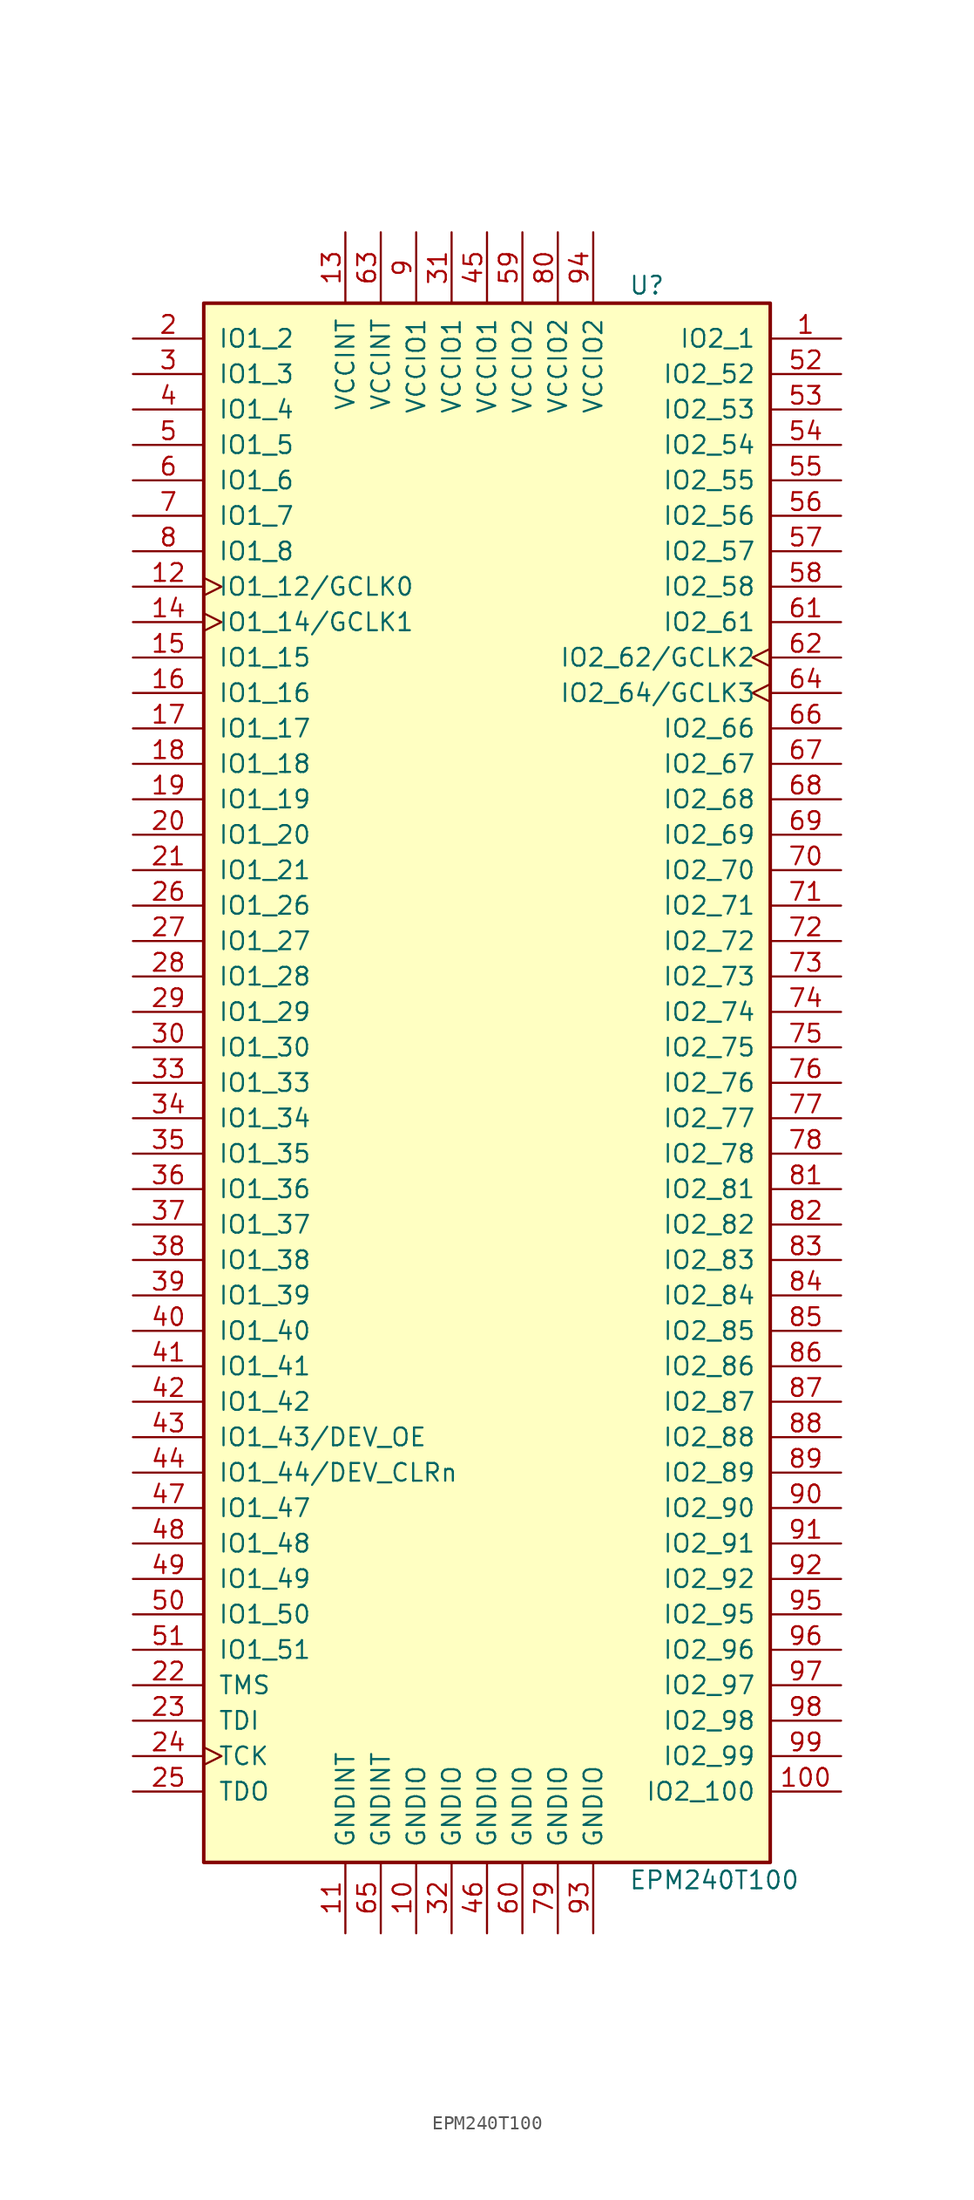
<source format=kicad_sym>
(kicad_symbol_lib
  (version 20211014)
  (generator kicad_symbol_editor)
  (symbol "EPM240T100"
    (pin_names
      (offset 1.016))
    (property "Reference" "U"
      (at 10.16 57.15 0)
      (effects (font (size 1.27 1.27)) (justify left)))
    (property "Value" "EPM240T100"
      (at 10.16 -57.15 0)
      (effects (font (size 1.27 1.27)) (justify left)))
    (property "ki_locked" ""
      (at 0 0 0)
      (effects (font (size 1.27 1.27))))
    (symbol "EPM240T100_1_1"
      (rectangle (start -20.32 55.88) (end 20.32 -55.88) (stroke (width 0.254) (type default) (color 0 0 0 0)) (fill (type background)))
      (pin bidirectional line (at 25.4 53.34 180) (length 5.08) (name "IO2_1" (effects (font (size 1.27 1.27)))) (number "1" (effects (font (size 1.27 1.27)))))
      (pin power_in line (at -5.08 -60.96 90) (length 5.08) (name "GNDIO" (effects (font (size 1.27 1.27)))) (number "10" (effects (font (size 1.27 1.27)))))
      (pin bidirectional line (at 25.4 -50.8 180) (length 5.08) (name "IO2_100" (effects (font (size 1.27 1.27)))) (number "100" (effects (font (size 1.27 1.27)))))
      (pin power_in line (at -10.16 -60.96 90) (length 5.08) (name "GNDINT" (effects (font (size 1.27 1.27)))) (number "11" (effects (font (size 1.27 1.27)))))
      (pin bidirectional clock (at -25.4 35.56 0) (length 5.08) (name "IO1_12/GCLK0" (effects (font (size 1.27 1.27)))) (number "12" (effects (font (size 1.27 1.27)))))
      (pin power_in line (at -10.16 60.96 270) (length 5.08) (name "VCCINT" (effects (font (size 1.27 1.27)))) (number "13" (effects (font (size 1.27 1.27)))))
      (pin bidirectional clock (at -25.4 33.02 0) (length 5.08) (name "IO1_14/GCLK1" (effects (font (size 1.27 1.27)))) (number "14" (effects (font (size 1.27 1.27)))))
      (pin bidirectional line (at -25.4 30.48 0) (length 5.08) (name "IO1_15" (effects (font (size 1.27 1.27)))) (number "15" (effects (font (size 1.27 1.27)))))
      (pin bidirectional line (at -25.4 27.94 0) (length 5.08) (name "IO1_16" (effects (font (size 1.27 1.27)))) (number "16" (effects (font (size 1.27 1.27)))))
      (pin bidirectional line (at -25.4 25.4 0) (length 5.08) (name "IO1_17" (effects (font (size 1.27 1.27)))) (number "17" (effects (font (size 1.27 1.27)))))
      (pin bidirectional line (at -25.4 22.86 0) (length 5.08) (name "IO1_18" (effects (font (size 1.27 1.27)))) (number "18" (effects (font (size 1.27 1.27)))))
      (pin bidirectional line (at -25.4 20.32 0) (length 5.08) (name "IO1_19" (effects (font (size 1.27 1.27)))) (number "19" (effects (font (size 1.27 1.27)))))
      (pin bidirectional line (at -25.4 53.34 0) (length 5.08) (name "IO1_2" (effects (font (size 1.27 1.27)))) (number "2" (effects (font (size 1.27 1.27)))))
      (pin bidirectional line (at -25.4 17.78 0) (length 5.08) (name "IO1_20" (effects (font (size 1.27 1.27)))) (number "20" (effects (font (size 1.27 1.27)))))
      (pin bidirectional line (at -25.4 15.24 0) (length 5.08) (name "IO1_21" (effects (font (size 1.27 1.27)))) (number "21" (effects (font (size 1.27 1.27)))))
      (pin input line (at -25.4 -43.18 0) (length 5.08) (name "TMS" (effects (font (size 1.27 1.27)))) (number "22" (effects (font (size 1.27 1.27)))))
      (pin input line (at -25.4 -45.72 0) (length 5.08) (name "TDI" (effects (font (size 1.27 1.27)))) (number "23" (effects (font (size 1.27 1.27)))))
      (pin input clock (at -25.4 -48.26 0) (length 5.08) (name "TCK" (effects (font (size 1.27 1.27)))) (number "24" (effects (font (size 1.27 1.27)))))
      (pin output line (at -25.4 -50.8 0) (length 5.08) (name "TDO" (effects (font (size 1.27 1.27)))) (number "25" (effects (font (size 1.27 1.27)))))
      (pin bidirectional line (at -25.4 12.7 0) (length 5.08) (name "IO1_26" (effects (font (size 1.27 1.27)))) (number "26" (effects (font (size 1.27 1.27)))))
      (pin bidirectional line (at -25.4 10.16 0) (length 5.08) (name "IO1_27" (effects (font (size 1.27 1.27)))) (number "27" (effects (font (size 1.27 1.27)))))
      (pin bidirectional line (at -25.4 7.62 0) (length 5.08) (name "IO1_28" (effects (font (size 1.27 1.27)))) (number "28" (effects (font (size 1.27 1.27)))))
      (pin bidirectional line (at -25.4 5.08 0) (length 5.08) (name "IO1_29" (effects (font (size 1.27 1.27)))) (number "29" (effects (font (size 1.27 1.27)))))
      (pin bidirectional line (at -25.4 50.8 0) (length 5.08) (name "IO1_3" (effects (font (size 1.27 1.27)))) (number "3" (effects (font (size 1.27 1.27)))))
      (pin bidirectional line (at -25.4 2.54 0) (length 5.08) (name "IO1_30" (effects (font (size 1.27 1.27)))) (number "30" (effects (font (size 1.27 1.27)))))
      (pin power_in line (at -2.54 60.96 270) (length 5.08) (name "VCCIO1" (effects (font (size 1.27 1.27)))) (number "31" (effects (font (size 1.27 1.27)))))
      (pin power_in line (at -2.54 -60.96 90) (length 5.08) (name "GNDIO" (effects (font (size 1.27 1.27)))) (number "32" (effects (font (size 1.27 1.27)))))
      (pin bidirectional line (at -25.4 0 0) (length 5.08) (name "IO1_33" (effects (font (size 1.27 1.27)))) (number "33" (effects (font (size 1.27 1.27)))))
      (pin bidirectional line (at -25.4 -2.54 0) (length 5.08) (name "IO1_34" (effects (font (size 1.27 1.27)))) (number "34" (effects (font (size 1.27 1.27)))))
      (pin bidirectional line (at -25.4 -5.08 0) (length 5.08) (name "IO1_35" (effects (font (size 1.27 1.27)))) (number "35" (effects (font (size 1.27 1.27)))))
      (pin bidirectional line (at -25.4 -7.62 0) (length 5.08) (name "IO1_36" (effects (font (size 1.27 1.27)))) (number "36" (effects (font (size 1.27 1.27)))))
      (pin bidirectional line (at -25.4 -10.16 0) (length 5.08) (name "IO1_37" (effects (font (size 1.27 1.27)))) (number "37" (effects (font (size 1.27 1.27)))))
      (pin bidirectional line (at -25.4 -12.7 0) (length 5.08) (name "IO1_38" (effects (font (size 1.27 1.27)))) (number "38" (effects (font (size 1.27 1.27)))))
      (pin bidirectional line (at -25.4 -15.24 0) (length 5.08) (name "IO1_39" (effects (font (size 1.27 1.27)))) (number "39" (effects (font (size 1.27 1.27)))))
      (pin bidirectional line (at -25.4 48.26 0) (length 5.08) (name "IO1_4" (effects (font (size 1.27 1.27)))) (number "4" (effects (font (size 1.27 1.27)))))
      (pin bidirectional line (at -25.4 -17.78 0) (length 5.08) (name "IO1_40" (effects (font (size 1.27 1.27)))) (number "40" (effects (font (size 1.27 1.27)))))
      (pin bidirectional line (at -25.4 -20.32 0) (length 5.08) (name "IO1_41" (effects (font (size 1.27 1.27)))) (number "41" (effects (font (size 1.27 1.27)))))
      (pin bidirectional line (at -25.4 -22.86 0) (length 5.08) (name "IO1_42" (effects (font (size 1.27 1.27)))) (number "42" (effects (font (size 1.27 1.27)))))
      (pin bidirectional line (at -25.4 -25.4 0) (length 5.08) (name "IO1_43/DEV_OE" (effects (font (size 1.27 1.27)))) (number "43" (effects (font (size 1.27 1.27)))))
      (pin bidirectional line (at -25.4 -27.94 0) (length 5.08) (name "IO1_44/DEV_CLRn" (effects (font (size 1.27 1.27)))) (number "44" (effects (font (size 1.27 1.27)))))
      (pin power_in line (at 0 60.96 270) (length 5.08) (name "VCCIO1" (effects (font (size 1.27 1.27)))) (number "45" (effects (font (size 1.27 1.27)))))
      (pin power_in line (at 0 -60.96 90) (length 5.08) (name "GNDIO" (effects (font (size 1.27 1.27)))) (number "46" (effects (font (size 1.27 1.27)))))
      (pin bidirectional line (at -25.4 -30.48 0) (length 5.08) (name "IO1_47" (effects (font (size 1.27 1.27)))) (number "47" (effects (font (size 1.27 1.27)))))
      (pin bidirectional line (at -25.4 -33.02 0) (length 5.08) (name "IO1_48" (effects (font (size 1.27 1.27)))) (number "48" (effects (font (size 1.27 1.27)))))
      (pin bidirectional line (at -25.4 -35.56 0) (length 5.08) (name "IO1_49" (effects (font (size 1.27 1.27)))) (number "49" (effects (font (size 1.27 1.27)))))
      (pin bidirectional line (at -25.4 45.72 0) (length 5.08) (name "IO1_5" (effects (font (size 1.27 1.27)))) (number "5" (effects (font (size 1.27 1.27)))))
      (pin bidirectional line (at -25.4 -38.1 0) (length 5.08) (name "IO1_50" (effects (font (size 1.27 1.27)))) (number "50" (effects (font (size 1.27 1.27)))))
      (pin bidirectional line (at -25.4 -40.64 0) (length 5.08) (name "IO1_51" (effects (font (size 1.27 1.27)))) (number "51" (effects (font (size 1.27 1.27)))))
      (pin bidirectional line (at 25.4 50.8 180) (length 5.08) (name "IO2_52" (effects (font (size 1.27 1.27)))) (number "52" (effects (font (size 1.27 1.27)))))
      (pin bidirectional line (at 25.4 48.26 180) (length 5.08) (name "IO2_53" (effects (font (size 1.27 1.27)))) (number "53" (effects (font (size 1.27 1.27)))))
      (pin bidirectional line (at 25.4 45.72 180) (length 5.08) (name "IO2_54" (effects (font (size 1.27 1.27)))) (number "54" (effects (font (size 1.27 1.27)))))
      (pin bidirectional line (at 25.4 43.18 180) (length 5.08) (name "IO2_55" (effects (font (size 1.27 1.27)))) (number "55" (effects (font (size 1.27 1.27)))))
      (pin bidirectional line (at 25.4 40.64 180) (length 5.08) (name "IO2_56" (effects (font (size 1.27 1.27)))) (number "56" (effects (font (size 1.27 1.27)))))
      (pin bidirectional line (at 25.4 38.1 180) (length 5.08) (name "IO2_57" (effects (font (size 1.27 1.27)))) (number "57" (effects (font (size 1.27 1.27)))))
      (pin bidirectional line (at 25.4 35.56 180) (length 5.08) (name "IO2_58" (effects (font (size 1.27 1.27)))) (number "58" (effects (font (size 1.27 1.27)))))
      (pin power_in line (at 2.54 60.96 270) (length 5.08) (name "VCCIO2" (effects (font (size 1.27 1.27)))) (number "59" (effects (font (size 1.27 1.27)))))
      (pin bidirectional line (at -25.4 43.18 0) (length 5.08) (name "IO1_6" (effects (font (size 1.27 1.27)))) (number "6" (effects (font (size 1.27 1.27)))))
      (pin power_in line (at 2.54 -60.96 90) (length 5.08) (name "GNDIO" (effects (font (size 1.27 1.27)))) (number "60" (effects (font (size 1.27 1.27)))))
      (pin bidirectional line (at 25.4 33.02 180) (length 5.08) (name "IO2_61" (effects (font (size 1.27 1.27)))) (number "61" (effects (font (size 1.27 1.27)))))
      (pin bidirectional clock (at 25.4 30.48 180) (length 5.08) (name "IO2_62/GCLK2" (effects (font (size 1.27 1.27)))) (number "62" (effects (font (size 1.27 1.27)))))
      (pin power_in line (at -7.62 60.96 270) (length 5.08) (name "VCCINT" (effects (font (size 1.27 1.27)))) (number "63" (effects (font (size 1.27 1.27)))))
      (pin bidirectional clock (at 25.4 27.94 180) (length 5.08) (name "IO2_64/GCLK3" (effects (font (size 1.27 1.27)))) (number "64" (effects (font (size 1.27 1.27)))))
      (pin power_in line (at -7.62 -60.96 90) (length 5.08) (name "GNDINT" (effects (font (size 1.27 1.27)))) (number "65" (effects (font (size 1.27 1.27)))))
      (pin bidirectional line (at 25.4 25.4 180) (length 5.08) (name "IO2_66" (effects (font (size 1.27 1.27)))) (number "66" (effects (font (size 1.27 1.27)))))
      (pin bidirectional line (at 25.4 22.86 180) (length 5.08) (name "IO2_67" (effects (font (size 1.27 1.27)))) (number "67" (effects (font (size 1.27 1.27)))))
      (pin bidirectional line (at 25.4 20.32 180) (length 5.08) (name "IO2_68" (effects (font (size 1.27 1.27)))) (number "68" (effects (font (size 1.27 1.27)))))
      (pin bidirectional line (at 25.4 17.78 180) (length 5.08) (name "IO2_69" (effects (font (size 1.27 1.27)))) (number "69" (effects (font (size 1.27 1.27)))))
      (pin bidirectional line (at -25.4 40.64 0) (length 5.08) (name "IO1_7" (effects (font (size 1.27 1.27)))) (number "7" (effects (font (size 1.27 1.27)))))
      (pin bidirectional line (at 25.4 15.24 180) (length 5.08) (name "IO2_70" (effects (font (size 1.27 1.27)))) (number "70" (effects (font (size 1.27 1.27)))))
      (pin bidirectional line (at 25.4 12.7 180) (length 5.08) (name "IO2_71" (effects (font (size 1.27 1.27)))) (number "71" (effects (font (size 1.27 1.27)))))
      (pin bidirectional line (at 25.4 10.16 180) (length 5.08) (name "IO2_72" (effects (font (size 1.27 1.27)))) (number "72" (effects (font (size 1.27 1.27)))))
      (pin bidirectional line (at 25.4 7.62 180) (length 5.08) (name "IO2_73" (effects (font (size 1.27 1.27)))) (number "73" (effects (font (size 1.27 1.27)))))
      (pin bidirectional line (at 25.4 5.08 180) (length 5.08) (name "IO2_74" (effects (font (size 1.27 1.27)))) (number "74" (effects (font (size 1.27 1.27)))))
      (pin bidirectional line (at 25.4 2.54 180) (length 5.08) (name "IO2_75" (effects (font (size 1.27 1.27)))) (number "75" (effects (font (size 1.27 1.27)))))
      (pin bidirectional line (at 25.4 0 180) (length 5.08) (name "IO2_76" (effects (font (size 1.27 1.27)))) (number "76" (effects (font (size 1.27 1.27)))))
      (pin bidirectional line (at 25.4 -2.54 180) (length 5.08) (name "IO2_77" (effects (font (size 1.27 1.27)))) (number "77" (effects (font (size 1.27 1.27)))))
      (pin bidirectional line (at 25.4 -5.08 180) (length 5.08) (name "IO2_78" (effects (font (size 1.27 1.27)))) (number "78" (effects (font (size 1.27 1.27)))))
      (pin power_in line (at 5.08 -60.96 90) (length 5.08) (name "GNDIO" (effects (font (size 1.27 1.27)))) (number "79" (effects (font (size 1.27 1.27)))))
      (pin bidirectional line (at -25.4 38.1 0) (length 5.08) (name "IO1_8" (effects (font (size 1.27 1.27)))) (number "8" (effects (font (size 1.27 1.27)))))
      (pin power_in line (at 5.08 60.96 270) (length 5.08) (name "VCCIO2" (effects (font (size 1.27 1.27)))) (number "80" (effects (font (size 1.27 1.27)))))
      (pin bidirectional line (at 25.4 -7.62 180) (length 5.08) (name "IO2_81" (effects (font (size 1.27 1.27)))) (number "81" (effects (font (size 1.27 1.27)))))
      (pin bidirectional line (at 25.4 -10.16 180) (length 5.08) (name "IO2_82" (effects (font (size 1.27 1.27)))) (number "82" (effects (font (size 1.27 1.27)))))
      (pin bidirectional line (at 25.4 -12.7 180) (length 5.08) (name "IO2_83" (effects (font (size 1.27 1.27)))) (number "83" (effects (font (size 1.27 1.27)))))
      (pin bidirectional line (at 25.4 -15.24 180) (length 5.08) (name "IO2_84" (effects (font (size 1.27 1.27)))) (number "84" (effects (font (size 1.27 1.27)))))
      (pin bidirectional line (at 25.4 -17.78 180) (length 5.08) (name "IO2_85" (effects (font (size 1.27 1.27)))) (number "85" (effects (font (size 1.27 1.27)))))
      (pin bidirectional line (at 25.4 -20.32 180) (length 5.08) (name "IO2_86" (effects (font (size 1.27 1.27)))) (number "86" (effects (font (size 1.27 1.27)))))
      (pin bidirectional line (at 25.4 -22.86 180) (length 5.08) (name "IO2_87" (effects (font (size 1.27 1.27)))) (number "87" (effects (font (size 1.27 1.27)))))
      (pin bidirectional line (at 25.4 -25.4 180) (length 5.08) (name "IO2_88" (effects (font (size 1.27 1.27)))) (number "88" (effects (font (size 1.27 1.27)))))
      (pin bidirectional line (at 25.4 -27.94 180) (length 5.08) (name "IO2_89" (effects (font (size 1.27 1.27)))) (number "89" (effects (font (size 1.27 1.27)))))
      (pin power_in line (at -5.08 60.96 270) (length 5.08) (name "VCCIO1" (effects (font (size 1.27 1.27)))) (number "9" (effects (font (size 1.27 1.27)))))
      (pin bidirectional line (at 25.4 -30.48 180) (length 5.08) (name "IO2_90" (effects (font (size 1.27 1.27)))) (number "90" (effects (font (size 1.27 1.27)))))
      (pin bidirectional line (at 25.4 -33.02 180) (length 5.08) (name "IO2_91" (effects (font (size 1.27 1.27)))) (number "91" (effects (font (size 1.27 1.27)))))
      (pin bidirectional line (at 25.4 -35.56 180) (length 5.08) (name "IO2_92" (effects (font (size 1.27 1.27)))) (number "92" (effects (font (size 1.27 1.27)))))
      (pin power_in line (at 7.62 -60.96 90) (length 5.08) (name "GNDIO" (effects (font (size 1.27 1.27)))) (number "93" (effects (font (size 1.27 1.27)))))
      (pin power_in line (at 7.62 60.96 270) (length 5.08) (name "VCCIO2" (effects (font (size 1.27 1.27)))) (number "94" (effects (font (size 1.27 1.27)))))
      (pin bidirectional line (at 25.4 -38.1 180) (length 5.08) (name "IO2_95" (effects (font (size 1.27 1.27)))) (number "95" (effects (font (size 1.27 1.27)))))
      (pin bidirectional line (at 25.4 -40.64 180) (length 5.08) (name "IO2_96" (effects (font (size 1.27 1.27)))) (number "96" (effects (font (size 1.27 1.27)))))
      (pin bidirectional line (at 25.4 -43.18 180) (length 5.08) (name "IO2_97" (effects (font (size 1.27 1.27)))) (number "97" (effects (font (size 1.27 1.27)))))
      (pin bidirectional line (at 25.4 -45.72 180) (length 5.08) (name "IO2_98" (effects (font (size 1.27 1.27)))) (number "98" (effects (font (size 1.27 1.27)))))
      (pin bidirectional line (at 25.4 -48.26 180) (length 5.08) (name "IO2_99" (effects (font (size 1.27 1.27)))) (number "99" (effects (font (size 1.27 1.27))))))))
</source>
